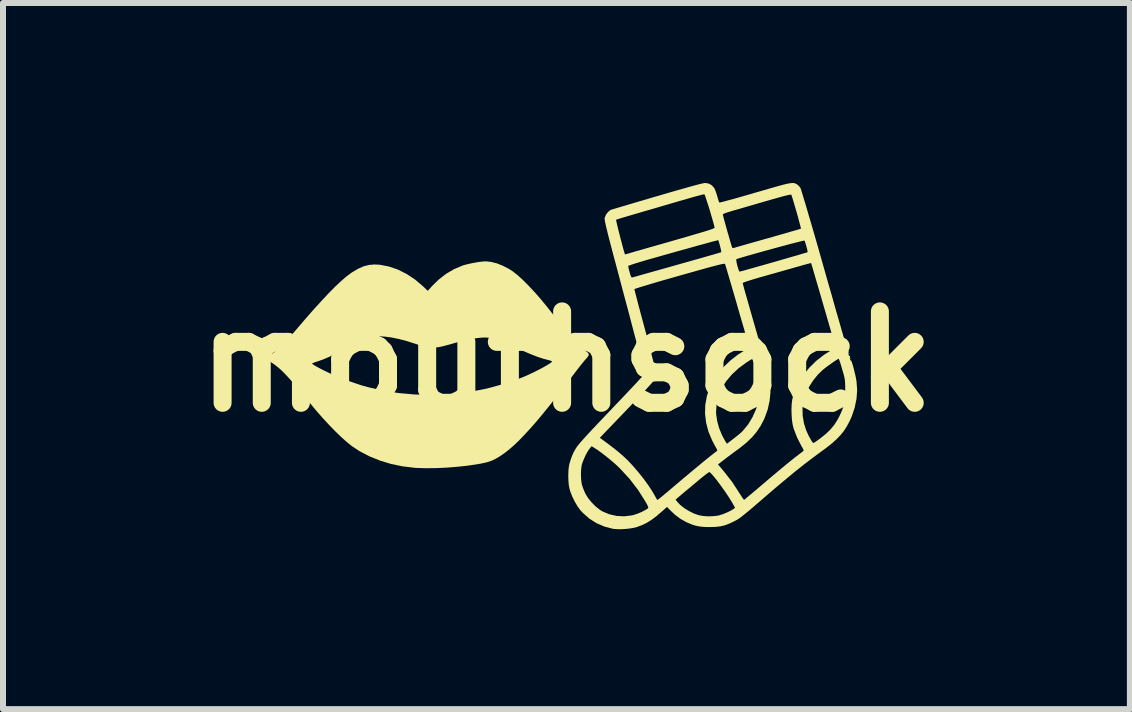
<source format=kicad_pcb>
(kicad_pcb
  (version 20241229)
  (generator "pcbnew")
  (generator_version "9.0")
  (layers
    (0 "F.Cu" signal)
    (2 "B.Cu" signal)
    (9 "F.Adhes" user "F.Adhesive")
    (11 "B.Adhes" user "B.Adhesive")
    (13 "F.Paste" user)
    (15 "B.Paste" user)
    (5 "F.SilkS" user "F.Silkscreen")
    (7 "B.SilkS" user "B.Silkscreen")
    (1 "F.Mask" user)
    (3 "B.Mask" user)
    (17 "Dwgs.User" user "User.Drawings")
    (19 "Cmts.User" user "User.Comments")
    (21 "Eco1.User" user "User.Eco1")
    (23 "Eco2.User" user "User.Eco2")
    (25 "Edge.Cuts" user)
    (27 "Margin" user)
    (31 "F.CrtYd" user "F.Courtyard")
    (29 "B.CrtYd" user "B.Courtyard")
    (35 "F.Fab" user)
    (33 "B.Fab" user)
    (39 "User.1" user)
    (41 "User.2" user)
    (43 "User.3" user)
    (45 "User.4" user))
  (footprint "mouthsock"
    (layer "F.Cu")
    (at 6.394 2.976)
    (property "Reference" "mouthsock" (at 0 0 0) (layer "F.SilkS") (effects (font (size 1.524 1.524) (thickness 0.3))))
    (attr board_only exclude_from_pos_files exclude_from_bom)
    (fp_poly (pts (xy 4.698 -0.211) (xy 4.692 -0.206) (xy 4.687 -0.211) (xy 4.692 -0.217)) (stroke (width 0) (type solid)) (fill yes) (layer "F.SilkS"))
    (fp_poly (pts (xy 4.721 -0.131) (xy 4.715 -0.126) (xy 4.71 -0.131) (xy 4.715 -0.137)) (stroke (width 0) (type solid)) (fill yes) (layer "F.SilkS"))
    (fp_poly (pts (xy 4.74 -0.053) (xy 4.741 -0.04) (xy 4.74 -0.038) (xy 4.733 -0.04) (xy 4.732 -0.046) (xy 4.737 -0.055)) (stroke (width 0) (type solid)) (fill yes) (layer "F.SilkS"))
    (fp_poly (pts (xy -1.259 -1.66) (xy -1.163 -1.636) (xy -1.064 -1.597) (xy -0.966 -1.547) (xy -0.894 -1.501) (xy -0.818 -1.441) (xy -0.731 -1.363) (xy -0.637 -1.269) (xy -0.537 -1.162) (xy -0.433 -1.044) (xy -0.328 -0.916) (xy -0.286 -0.863) (xy -0.256 -0.825) (xy -0.23 -0.792) (xy -0.213 -0.77) (xy -0.209 -0.766) (xy -0.197 -0.751) (xy -0.175 -0.722) (xy -0.143 -0.682) (xy -0.107 -0.635) (xy -0.089 -0.612) (xy -0.049 -0.561) (xy -0.012 -0.514) (xy 0.019 -0.474) (xy 0.041 -0.447) (xy 0.046 -0.441) (xy 0.109 -0.368) (xy 0.16 -0.311) (xy 0.203 -0.266) (xy 0.24 -0.231) (xy 0.275 -0.203) (xy 0.309 -0.18) (xy 0.317 -0.176) (xy 0.355 -0.148) (xy 0.372 -0.123) (xy 0.367 -0.095) (xy 0.343 -0.062) (xy 0.34 -0.059) (xy 0.32 -0.037) (xy 0.299 -0.013) (xy 0.275 0.017) (xy 0.246 0.052) (xy 0.211 0.097) (xy 0.167 0.153) (xy 0.114 0.223) (xy 0.05 0.307) (xy 0.023 0.343) (xy -0.124 0.534) (xy -0.26 0.707) (xy -0.385 0.862) (xy -0.501 1.001) (xy -0.609 1.124) (xy -0.709 1.232) (xy -0.801 1.327) (xy -0.888 1.409) (xy -0.97 1.479) (xy -1.028 1.524) (xy -1.11 1.581) (xy -1.184 1.625) (xy -1.256 1.658) (xy -1.335 1.683) (xy -1.428 1.703) (xy -1.457 1.708) (xy -1.629 1.735) (xy -1.809 1.755) (xy -1.993 1.77) (xy -2.173 1.778) (xy -2.344 1.78) (xy -2.501 1.775) (xy -2.532 1.773) (xy -2.73 1.749) (xy -2.925 1.709) (xy -3.111 1.652) (xy -3.287 1.581) (xy -3.449 1.496) (xy -3.578 1.411) (xy -3.658 1.347) (xy -3.749 1.266) (xy -3.847 1.172) (xy -3.951 1.065) (xy -4.058 0.95) (xy -4.165 0.828) (xy -4.269 0.703) (xy -4.368 0.582) (xy -4.455 0.477) (xy -4.531 0.387) (xy -4.598 0.31) (xy -4.657 0.245) (xy -4.71 0.189) (xy -4.758 0.142) (xy -4.804 0.102) (xy -4.848 0.067) (xy -4.892 0.035) (xy -4.892 0.035) (xy -4.241 0.035) (xy -4.231 0.046) (xy -4.202 0.065) (xy -4.157 0.091) (xy -4.099 0.122) (xy -4.029 0.157) (xy -3.95 0.195) (xy -3.864 0.234) (xy -3.818 0.255) (xy -3.786 0.268) (xy -3.739 0.286) (xy -3.68 0.307) (xy -3.616 0.331) (xy -3.551 0.353) (xy -3.49 0.374) (xy -3.439 0.391) (xy -3.403 0.403) (xy -3.395 0.405) (xy -3.37 0.411) (xy -3.331 0.422) (xy -3.286 0.434) (xy -3.281 0.435) (xy -3.045 0.489) (xy -2.795 0.527) (xy -2.538 0.55) (xy -2.277 0.558) (xy -2.017 0.549) (xy -1.999 0.548) (xy -1.877 0.537) (xy -1.749 0.523) (xy -1.609 0.503) (xy -1.469 0.48) (xy -1.367 0.46) (xy -1.251 0.432) (xy -1.126 0.397) (xy -0.999 0.359) (xy -0.877 0.319) (xy -0.765 0.277) (xy -0.743 0.269) (xy -0.677 0.241) (xy -0.607 0.209) (xy -0.535 0.175) (xy -0.465 0.139) (xy -0.399 0.105) (xy -0.341 0.072) (xy -0.293 0.044) (xy -0.259 0.021) (xy -0.242 0.005) (xy -0.24 0.001) (xy -0.25 -0.007) (xy -0.276 -0.017) (xy -0.297 -0.022) (xy -0.381 -0.044) (xy -0.48 -0.076) (xy -0.588 -0.118) (xy -0.702 -0.166) (xy -0.741 -0.184) (xy -0.783 -0.204) (xy -0.817 -0.219) (xy -0.837 -0.227) (xy -0.84 -0.229) (xy -0.852 -0.233) (xy -0.879 -0.245) (xy -0.916 -0.262) (xy -0.933 -0.27) (xy -1.036 -0.315) (xy -1.124 -0.35) (xy -1.2 -0.375) (xy -1.27 -0.391) (xy -1.337 -0.399) (xy -1.406 -0.398) (xy -1.481 -0.391) (xy -1.562 -0.378) (xy -1.606 -0.37) (xy -1.644 -0.363) (xy -1.679 -0.356) (xy -1.717 -0.347) (xy -1.76 -0.336) (xy -1.813 -0.322) (xy -1.879 -0.303) (xy -1.963 -0.279) (xy -1.978 -0.275) (xy -2.062 -0.253) (xy -2.134 -0.238) (xy -2.199 -0.231) (xy -2.262 -0.232) (xy -2.329 -0.241) (xy -2.403 -0.259) (xy -2.49 -0.285) (xy -2.555 -0.306) (xy -2.679 -0.345) (xy -2.801 -0.376) (xy -2.919 -0.4) (xy -3.027 -0.414) (xy -3.122 -0.42) (xy -3.183 -0.418) (xy -3.229 -0.412) (xy -3.273 -0.403) (xy -3.319 -0.39) (xy -3.369 -0.371) (xy -3.427 -0.346) (xy -3.496 -0.312) (xy -3.578 -0.27) (xy -3.677 -0.217) (xy -3.681 -0.215) (xy -3.822 -0.141) (xy -3.946 -0.081) (xy -4.053 -0.035) (xy -4.143 -0.003) (xy -4.152 0.00009) (xy -4.193 0.013) (xy -4.224 0.025) (xy -4.24 0.033) (xy -4.241 0.035) (xy -4.892 0.035) (xy -4.938 0.005) (xy -4.953 -0.005) (xy -4.979 -0.029) (xy -4.982 -0.057) (xy -4.965 -0.086) (xy -4.935 -0.108) (xy -4.902 -0.129) (xy -4.863 -0.158) (xy -4.836 -0.18) (xy -4.811 -0.204) (xy -4.773 -0.241) (xy -4.728 -0.288) (xy -4.677 -0.341) (xy -4.626 -0.396) (xy -4.577 -0.45) (xy -4.533 -0.498) (xy -4.504 -0.532) (xy -4.351 -0.711) (xy -4.21 -0.872) (xy -4.08 -1.014) (xy -3.963 -1.139) (xy -3.857 -1.246) (xy -3.761 -1.337) (xy -3.676 -1.411) (xy -3.6 -1.468) (xy -3.579 -1.483) (xy -3.478 -1.543) (xy -3.385 -1.585) (xy -3.293 -1.609) (xy -3.2 -1.617) (xy -3.109 -1.612) (xy -2.958 -1.582) (xy -2.809 -1.531) (xy -2.664 -1.458) (xy -2.525 -1.366) (xy -2.394 -1.255) (xy -2.388 -1.249) (xy -2.312 -1.177) (xy -2.24 -1.258) (xy -2.131 -1.365) (xy -2.008 -1.46) (xy -1.876 -1.538) (xy -1.739 -1.596) (xy -1.727 -1.601) (xy -1.669 -1.617) (xy -1.599 -1.633) (xy -1.523 -1.648) (xy -1.45 -1.66) (xy -1.385 -1.667) (xy -1.345 -1.669)) (stroke (width 0) (type solid)) (fill yes) (layer "F.SilkS"))
    (fp_poly (pts (xy 2.371 -2.966) (xy 2.423 -2.937) (xy 2.463 -2.891) (xy 2.469 -2.88) (xy 2.483 -2.848) (xy 2.499 -2.802) (xy 2.514 -2.753) (xy 2.516 -2.747) (xy 2.528 -2.704) (xy 2.539 -2.67) (xy 2.547 -2.651) (xy 2.548 -2.649) (xy 2.56 -2.651) (xy 2.592 -2.658) (xy 2.642 -2.671) (xy 2.708 -2.689) (xy 2.787 -2.71) (xy 2.878 -2.736) (xy 2.979 -2.765) (xy 3.088 -2.796) (xy 3.144 -2.813) (xy 3.277 -2.851) (xy 3.39 -2.884) (xy 3.484 -2.911) (xy 3.563 -2.933) (xy 3.627 -2.95) (xy 3.678 -2.962) (xy 3.719 -2.97) (xy 3.751 -2.974) (xy 3.776 -2.975) (xy 3.796 -2.973) (xy 3.813 -2.968) (xy 3.828 -2.96) (xy 3.845 -2.951) (xy 3.873 -2.928) (xy 3.898 -2.897) (xy 3.899 -2.896) (xy 3.905 -2.881) (xy 3.917 -2.844) (xy 3.934 -2.789) (xy 3.956 -2.716) (xy 3.983 -2.628) (xy 4.013 -2.525) (xy 4.047 -2.408) (xy 4.085 -2.281) (xy 4.125 -2.143) (xy 4.167 -1.997) (xy 4.211 -1.844) (xy 4.248 -1.713) (xy 4.294 -1.551) (xy 4.339 -1.392) (xy 4.383 -1.238) (xy 4.426 -1.09) (xy 4.465 -0.95) (xy 4.502 -0.82) (xy 4.536 -0.703) (xy 4.566 -0.598) (xy 4.591 -0.51) (xy 4.612 -0.438) (xy 4.627 -0.386) (xy 4.633 -0.363) (xy 4.656 -0.285) (xy 4.675 -0.227) (xy 4.689 -0.19) (xy 4.698 -0.174) (xy 4.701 -0.174) (xy 4.707 -0.178) (xy 4.704 -0.164) (xy 4.701 -0.138) (xy 4.704 -0.113) (xy 4.71 -0.094) (xy 4.719 -0.089) (xy 4.723 -0.093) (xy 4.73 -0.099) (xy 4.727 -0.084) (xy 4.727 -0.083) (xy 4.724 -0.058) (xy 4.727 -0.033) (xy 4.735 -0.017) (xy 4.742 -0.016) (xy 4.749 -0.008) (xy 4.759 0.018) (xy 4.772 0.058) (xy 4.786 0.108) (xy 4.8 0.164) (xy 4.814 0.221) (xy 4.826 0.276) (xy 4.834 0.324) (xy 4.836 0.337) (xy 4.846 0.479) (xy 4.835 0.625) (xy 4.804 0.774) (xy 4.755 0.919) (xy 4.715 1.006) (xy 4.671 1.087) (xy 4.623 1.161) (xy 4.567 1.23) (xy 4.501 1.298) (xy 4.423 1.368) (xy 4.329 1.442) (xy 4.248 1.501) (xy 4.113 1.601) (xy 3.971 1.709) (xy 3.821 1.828) (xy 3.661 1.96) (xy 3.488 2.105) (xy 3.362 2.213) (xy 3.26 2.301) (xy 3.174 2.375) (xy 3.102 2.437) (xy 3.042 2.488) (xy 2.992 2.529) (xy 2.951 2.562) (xy 2.918 2.589) (xy 2.889 2.609) (xy 2.865 2.626) (xy 2.843 2.64) (xy 2.82 2.652) (xy 2.802 2.662) (xy 2.718 2.702) (xy 2.642 2.731) (xy 2.567 2.749) (xy 2.486 2.758) (xy 2.389 2.761) (xy 2.389 2.761) (xy 2.297 2.759) (xy 2.221 2.752) (xy 2.153 2.738) (xy 2.087 2.717) (xy 2.014 2.686) (xy 2 2.68) (xy 1.899 2.623) (xy 1.807 2.554) (xy 1.737 2.488) (xy 1.676 2.425) (xy 1.597 2.496) (xy 1.504 2.576) (xy 1.42 2.639) (xy 1.341 2.689) (xy 1.262 2.728) (xy 1.18 2.758) (xy 1.152 2.767) (xy 1.093 2.779) (xy 1.02 2.789) (xy 0.943 2.795) (xy 0.868 2.797) (xy 0.803 2.793) (xy 0.775 2.79) (xy 0.633 2.753) (xy 0.501 2.696) (xy 0.381 2.62) (xy 0.274 2.526) (xy 0.226 2.474) (xy 0.181 2.41) (xy 0.136 2.333) (xy 0.095 2.249) (xy 0.063 2.167) (xy 0.05 2.12) (xy 0.038 2.056) (xy 0.032 1.978) (xy 0.03 1.895) (xy 0.031 1.88) (xy 0.241 1.88) (xy 0.244 1.959) (xy 0.252 2.029) (xy 0.257 2.052) (xy 0.271 2.097) (xy 0.292 2.151) (xy 0.315 2.203) (xy 0.316 2.206) (xy 0.36 2.277) (xy 0.419 2.35) (xy 0.487 2.418) (xy 0.558 2.474) (xy 0.602 2.501) (xy 0.715 2.548) (xy 0.835 2.575) (xy 0.959 2.582) (xy 1.081 2.568) (xy 1.113 2.561) (xy 1.182 2.539) (xy 1.252 2.51) (xy 1.315 2.477) (xy 1.353 2.453) (xy 1.361 2.444) (xy 1.364 2.433) (xy 1.359 2.416) (xy 1.345 2.388) (xy 1.321 2.344) (xy 1.32 2.342) (xy 1.195 2.144) (xy 1.051 1.956) (xy 0.886 1.778) (xy 0.883 1.775) (xy 0.821 1.717) (xy 0.749 1.654) (xy 0.672 1.591) (xy 0.596 1.532) (xy 0.525 1.48) (xy 0.465 1.441) (xy 0.464 1.44) (xy 0.419 1.413) (xy 0.386 1.453) (xy 0.358 1.492) (xy 0.327 1.547) (xy 0.298 1.609) (xy 0.273 1.67) (xy 0.255 1.723) (xy 0.253 1.735) (xy 0.244 1.803) (xy 0.241 1.88) (xy 0.031 1.88) (xy 0.033 1.815) (xy 0.041 1.745) (xy 0.048 1.709) (xy 0.079 1.61) (xy 0.114 1.524) (xy 0.159 1.445) (xy 0.171 1.427) (xy 0.193 1.398) (xy 0.23 1.353) (xy 0.284 1.292) (xy 0.301 1.273) (xy 0.556 1.273) (xy 0.584 1.293) (xy 0.698 1.377) (xy 0.796 1.452) (xy 0.881 1.521) (xy 0.955 1.586) (xy 1.023 1.651) (xy 1.086 1.717) (xy 1.123 1.758) (xy 1.208 1.858) (xy 1.289 1.96) (xy 1.362 2.061) (xy 1.425 2.156) (xy 1.475 2.241) (xy 1.485 2.261) (xy 1.501 2.289) (xy 1.514 2.306) (xy 1.518 2.309) (xy 1.526 2.303) (xy 1.819 2.303) (xy 1.845 2.338) (xy 1.895 2.391) (xy 1.962 2.444) (xy 2.039 2.492) (xy 2.12 2.533) (xy 2.198 2.561) (xy 2.214 2.565) (xy 2.283 2.577) (xy 2.362 2.582) (xy 2.442 2.58) (xy 2.515 2.572) (xy 2.544 2.566) (xy 2.615 2.543) (xy 2.687 2.513) (xy 2.751 2.481) (xy 2.774 2.466) (xy 2.811 2.441) (xy 2.77 2.366) (xy 2.737 2.311) (xy 2.697 2.248) (xy 2.653 2.182) (xy 2.605 2.114) (xy 2.557 2.048) (xy 2.511 1.986) (xy 2.468 1.932) (xy 2.431 1.889) (xy 2.402 1.858) (xy 2.383 1.844) (xy 2.383 1.844) (xy 2.372 1.849) (xy 2.347 1.865) (xy 2.309 1.895) (xy 2.255 1.937) (xy 2.187 1.994) (xy 2.103 2.064) (xy 2.002 2.148) (xy 1.94 2.2) (xy 1.819 2.303) (xy 1.526 2.303) (xy 1.528 2.302) (xy 1.554 2.281) (xy 1.593 2.25) (xy 1.643 2.208) (xy 1.702 2.158) (xy 1.769 2.102) (xy 1.829 2.051) (xy 1.917 1.976) (xy 2.007 1.901) (xy 2.095 1.827) (xy 2.181 1.756) (xy 2.228 1.717) (xy 2.526 1.717) (xy 2.611 1.816) (xy 2.762 2.009) (xy 2.889 2.204) (xy 2.916 2.246) (xy 2.938 2.28) (xy 2.955 2.302) (xy 2.961 2.307) (xy 2.972 2.299) (xy 2.998 2.278) (xy 3.037 2.245) (xy 3.088 2.203) (xy 3.148 2.152) (xy 3.215 2.095) (xy 3.288 2.033) (xy 3.292 2.03) (xy 3.422 1.919) (xy 3.541 1.82) (xy 3.646 1.732) (xy 3.738 1.657) (xy 3.815 1.596) (xy 3.876 1.549) (xy 3.912 1.522) (xy 3.938 1.502) (xy 3.953 1.486) (xy 3.955 1.482) (xy 3.95 1.469) (xy 3.935 1.441) (xy 3.915 1.405) (xy 3.91 1.396) (xy 3.845 1.269) (xy 3.79 1.126) (xy 3.781 1.097) (xy 3.768 1.038) (xy 3.758 0.963) (xy 3.753 0.879) (xy 3.751 0.794) (xy 3.752 0.779) (xy 3.935 0.779) (xy 3.938 0.906) (xy 3.959 1.032) (xy 3.996 1.147) (xy 4.017 1.194) (xy 4.04 1.243) (xy 4.065 1.288) (xy 4.087 1.326) (xy 4.105 1.351) (xy 4.116 1.36) (xy 4.129 1.354) (xy 4.157 1.336) (xy 4.194 1.31) (xy 4.233 1.281) (xy 4.324 1.208) (xy 4.397 1.138) (xy 4.459 1.065) (xy 4.512 0.984) (xy 4.55 0.913) (xy 4.587 0.833) (xy 4.614 0.761) (xy 4.632 0.688) (xy 4.642 0.609) (xy 4.646 0.517) (xy 4.647 0.474) (xy 4.647 0.409) (xy 4.645 0.359) (xy 4.642 0.317) (xy 4.636 0.278) (xy 4.626 0.234) (xy 4.611 0.18) (xy 4.596 0.129) (xy 4.579 0.069) (xy 4.563 0.019) (xy 4.55 -0.019) (xy 4.541 -0.042) (xy 4.538 -0.046) (xy 4.525 -0.039) (xy 4.497 -0.022) (xy 4.459 0.003) (xy 4.415 0.034) (xy 4.369 0.067) (xy 4.325 0.099) (xy 4.288 0.128) (xy 4.269 0.144) (xy 4.189 0.222) (xy 4.115 0.314) (xy 4.05 0.414) (xy 3.997 0.516) (xy 3.96 0.616) (xy 3.95 0.657) (xy 3.935 0.779) (xy 3.752 0.779) (xy 3.754 0.714) (xy 3.762 0.648) (xy 3.764 0.634) (xy 3.805 0.495) (xy 3.868 0.358) (xy 3.949 0.227) (xy 4.049 0.104) (xy 4.164 -0.01) (xy 4.294 -0.111) (xy 4.418 -0.189) (xy 4.454 -0.211) (xy 4.478 -0.23) (xy 4.486 -0.243) (xy 4.486 -0.244) (xy 4.482 -0.257) (xy 4.472 -0.29) (xy 4.457 -0.341) (xy 4.438 -0.409) (xy 4.414 -0.491) (xy 4.386 -0.585) (xy 4.356 -0.69) (xy 4.323 -0.804) (xy 4.288 -0.924) (xy 4.281 -0.948) (xy 4.246 -1.069) (xy 4.213 -1.183) (xy 4.182 -1.289) (xy 4.154 -1.384) (xy 4.13 -1.467) (xy 4.11 -1.536) (xy 4.094 -1.589) (xy 4.083 -1.625) (xy 4.079 -1.64) (xy 4.078 -1.641) (xy 4.067 -1.638) (xy 4.037 -1.631) (xy 3.993 -1.619) (xy 3.937 -1.604) (xy 3.887 -1.589) (xy 3.828 -1.573) (xy 3.752 -1.551) (xy 3.663 -1.526) (xy 3.565 -1.498) (xy 3.463 -1.469) (xy 3.361 -1.441) (xy 3.318 -1.428) (xy 3.203 -1.396) (xy 3.109 -1.368) (xy 3.036 -1.345) (xy 2.984 -1.328) (xy 2.951 -1.315) (xy 2.938 -1.307) (xy 2.938 -1.306) (xy 2.941 -1.292) (xy 2.95 -1.259) (xy 2.964 -1.207) (xy 2.983 -1.139) (xy 3.007 -1.056) (xy 3.034 -0.961) (xy 3.064 -0.855) (xy 3.097 -0.74) (xy 3.132 -0.618) (xy 3.148 -0.562) (xy 3.192 -0.41) (xy 3.23 -0.279) (xy 3.263 -0.166) (xy 3.291 -0.07) (xy 3.314 0.011) (xy 3.333 0.078) (xy 3.348 0.133) (xy 3.36 0.177) (xy 3.37 0.213) (xy 3.377 0.243) (xy 3.382 0.266) (xy 3.386 0.287) (xy 3.388 0.305) (xy 3.39 0.323) (xy 3.393 0.343) (xy 3.395 0.365) (xy 3.395 0.369) (xy 3.401 0.513) (xy 3.386 0.661) (xy 3.353 0.807) (xy 3.302 0.946) (xy 3.294 0.965) (xy 3.236 1.075) (xy 3.17 1.174) (xy 3.093 1.265) (xy 3 1.354) (xy 2.89 1.443) (xy 2.858 1.466) (xy 2.798 1.51) (xy 2.736 1.556) (xy 2.677 1.6) (xy 2.629 1.637) (xy 2.621 1.643) (xy 2.526 1.717) (xy 2.228 1.717) (xy 2.261 1.689) (xy 2.334 1.63) (xy 2.397 1.579) (xy 2.448 1.539) (xy 2.485 1.511) (xy 2.495 1.504) (xy 2.511 1.491) (xy 2.514 1.479) (xy 2.505 1.459) (xy 2.499 1.449) (xy 2.484 1.422) (xy 2.462 1.381) (xy 2.438 1.335) (xy 2.428 1.315) (xy 2.367 1.17) (xy 2.328 1.022) (xy 2.31 0.872) (xy 2.311 0.838) (xy 2.494 0.838) (xy 2.495 0.874) (xy 2.512 0.991) (xy 2.545 1.112) (xy 2.593 1.229) (xy 2.644 1.323) (xy 2.675 1.372) (xy 2.786 1.287) (xy 2.834 1.249) (xy 2.88 1.212) (xy 2.918 1.179) (xy 2.939 1.158) (xy 3.028 1.05) (xy 3.103 0.926) (xy 3.161 0.795) (xy 3.181 0.735) (xy 3.191 0.696) (xy 3.198 0.659) (xy 3.203 0.618) (xy 3.205 0.568) (xy 3.206 0.504) (xy 3.206 0.469) (xy 3.205 0.4) (xy 3.204 0.348) (xy 3.2 0.305) (xy 3.194 0.265) (xy 3.184 0.222) (xy 3.168 0.167) (xy 3.156 0.126) (xy 3.139 0.068) (xy 3.124 0.018) (xy 3.112 -0.019) (xy 3.105 -0.04) (xy 3.104 -0.044) (xy 3.093 -0.04) (xy 3.067 -0.025) (xy 3.032 -0.003) (xy 3.004 0.014) (xy 2.87 0.113) (xy 2.755 0.22) (xy 2.66 0.333) (xy 2.587 0.453) (xy 2.534 0.577) (xy 2.503 0.706) (xy 2.494 0.838) (xy 2.311 0.838) (xy 2.314 0.723) (xy 2.341 0.576) (xy 2.383 0.448) (xy 2.443 0.327) (xy 2.523 0.207) (xy 2.62 0.092) (xy 2.732 -0.015) (xy 2.854 -0.111) (xy 2.978 -0.189) (xy 3.051 -0.23) (xy 3.035 -0.283) (xy 3.029 -0.304) (xy 3.017 -0.345) (xy 3 -0.403) (xy 2.979 -0.477) (xy 2.954 -0.564) (xy 2.925 -0.662) (xy 2.894 -0.769) (xy 2.861 -0.883) (xy 2.836 -0.972) (xy 2.802 -1.088) (xy 2.77 -1.198) (xy 2.74 -1.3) (xy 2.713 -1.392) (xy 2.69 -1.471) (xy 2.671 -1.536) (xy 2.656 -1.585) (xy 2.647 -1.615) (xy 2.643 -1.624) (xy 2.64 -1.627) (xy 2.63 -1.628) (xy 2.615 -1.627) (xy 2.591 -1.623) (xy 2.557 -1.615) (xy 2.512 -1.604) (xy 2.454 -1.589) (xy 2.383 -1.57) (xy 2.296 -1.546) (xy 2.191 -1.517) (xy 2.068 -1.482) (xy 1.925 -1.442) (xy 1.883 -1.43) (xy 1.757 -1.394) (xy 1.637 -1.36) (xy 1.526 -1.328) (xy 1.425 -1.298) (xy 1.336 -1.271) (xy 1.261 -1.249) (xy 1.201 -1.23) (xy 1.159 -1.216) (xy 1.136 -1.208) (xy 1.132 -1.206) (xy 1.135 -1.193) (xy 1.143 -1.16) (xy 1.156 -1.109) (xy 1.174 -1.041) (xy 1.195 -0.959) (xy 1.22 -0.865) (xy 1.248 -0.76) (xy 1.279 -0.646) (xy 1.311 -0.526) (xy 1.315 -0.512) (xy 1.347 -0.39) (xy 1.378 -0.273) (xy 1.406 -0.165) (xy 1.431 -0.066) (xy 1.453 0.021) (xy 1.472 0.094) (xy 1.485 0.152) (xy 1.494 0.191) (xy 1.497 0.211) (xy 1.497 0.212) (xy 1.493 0.252) (xy 1.482 0.289) (xy 1.471 0.304) (xy 1.446 0.334) (xy 1.408 0.376) (xy 1.358 0.431) (xy 1.299 0.495) (xy 1.23 0.568) (xy 1.155 0.648) (xy 1.074 0.733) (xy 1.011 0.799) (xy 0.556 1.273) (xy 0.301 1.273) (xy 0.353 1.216) (xy 0.438 1.125) (xy 0.538 1.019) (xy 0.653 0.898) (xy 0.762 0.784) (xy 0.852 0.689) (xy 0.938 0.599) (xy 1.018 0.514) (xy 1.091 0.437) (xy 1.155 0.369) (xy 1.209 0.31) (xy 1.252 0.263) (xy 1.282 0.229) (xy 1.298 0.21) (xy 1.301 0.206) (xy 1.298 0.192) (xy 1.29 0.158) (xy 1.277 0.105) (xy 1.259 0.034) (xy 1.237 -0.054) (xy 1.21 -0.156) (xy 1.18 -0.273) (xy 1.146 -0.401) (xy 1.109 -0.541) (xy 1.07 -0.69) (xy 1.029 -0.847) (xy 0.985 -1.01) (xy 0.965 -1.085) (xy 0.913 -1.281) (xy 0.867 -1.455) (xy 0.831 -1.59) (xy 1.029 -1.59) (xy 1.032 -1.572) (xy 1.039 -1.539) (xy 1.05 -1.496) (xy 1.054 -1.484) (xy 1.067 -1.438) (xy 1.078 -1.411) (xy 1.088 -1.4) (xy 1.096 -1.4) (xy 1.11 -1.404) (xy 1.144 -1.413) (xy 1.197 -1.428) (xy 1.265 -1.448) (xy 1.348 -1.471) (xy 1.444 -1.498) (xy 1.551 -1.528) (xy 1.667 -1.561) (xy 1.789 -1.595) (xy 1.844 -1.611) (xy 1.969 -1.646) (xy 2.087 -1.679) (xy 2.124 -1.69) (xy 2.83 -1.69) (xy 2.834 -1.66) (xy 2.842 -1.622) (xy 2.853 -1.58) (xy 2.865 -1.542) (xy 2.876 -1.512) (xy 2.885 -1.498) (xy 2.886 -1.497) (xy 2.899 -1.501) (xy 2.932 -1.509) (xy 2.983 -1.523) (xy 3.049 -1.542) (xy 3.128 -1.564) (xy 3.219 -1.59) (xy 3.32 -1.618) (xy 3.427 -1.649) (xy 3.457 -1.657) (xy 3.565 -1.688) (xy 3.667 -1.718) (xy 3.76 -1.745) (xy 3.842 -1.768) (xy 3.911 -1.789) (xy 3.965 -1.805) (xy 4.002 -1.816) (xy 4.019 -1.821) (xy 4.02 -1.822) (xy 4.02 -1.835) (xy 4.014 -1.863) (xy 4.005 -1.9) (xy 3.994 -1.94) (xy 3.982 -1.977) (xy 3.973 -2.005) (xy 3.967 -2.015) (xy 3.955 -2.014) (xy 3.924 -2.007) (xy 3.875 -1.995) (xy 3.812 -1.979) (xy 3.737 -1.96) (xy 3.653 -1.937) (xy 3.562 -1.913) (xy 3.467 -1.887) (xy 3.37 -1.86) (xy 3.274 -1.834) (xy 3.181 -1.808) (xy 3.094 -1.783) (xy 3.015 -1.761) (xy 2.947 -1.741) (xy 2.892 -1.725) (xy 2.854 -1.713) (xy 2.834 -1.705) (xy 2.831 -1.704) (xy 2.83 -1.69) (xy 2.124 -1.69) (xy 2.197 -1.71) (xy 2.297 -1.739) (xy 2.384 -1.764) (xy 2.458 -1.785) (xy 2.516 -1.802) (xy 2.557 -1.814) (xy 2.578 -1.821) (xy 2.58 -1.822) (xy 2.58 -1.834) (xy 2.575 -1.863) (xy 2.566 -1.9) (xy 2.556 -1.941) (xy 2.545 -1.979) (xy 2.536 -2.008) (xy 2.53 -2.022) (xy 2.519 -2.02) (xy 2.488 -2.012) (xy 2.438 -1.999) (xy 2.371 -1.981) (xy 2.29 -1.958) (xy 2.195 -1.933) (xy 2.09 -1.903) (xy 1.975 -1.871) (xy 1.852 -1.837) (xy 1.778 -1.816) (xy 1.615 -1.77) (xy 1.474 -1.73) (xy 1.353 -1.696) (xy 1.253 -1.666) (xy 1.172 -1.642) (xy 1.11 -1.622) (xy 1.066 -1.607) (xy 1.039 -1.597) (xy 1.029 -1.591) (xy 1.029 -1.59) (xy 0.831 -1.59) (xy 0.826 -1.609) (xy 0.789 -1.746) (xy 0.758 -1.865) (xy 0.731 -1.968) (xy 0.708 -2.056) (xy 0.689 -2.131) (xy 0.674 -2.193) (xy 0.661 -2.245) (xy 0.652 -2.287) (xy 0.645 -2.32) (xy 0.64 -2.345) (xy 0.638 -2.363) (xy 0.827 -2.363) (xy 0.828 -2.351) (xy 0.835 -2.319) (xy 0.846 -2.272) (xy 0.86 -2.212) (xy 0.878 -2.143) (xy 0.891 -2.09) (xy 0.915 -1.999) (xy 0.934 -1.928) (xy 0.948 -1.874) (xy 0.959 -1.836) (xy 0.967 -1.81) (xy 0.972 -1.794) (xy 0.976 -1.786) (xy 0.98 -1.784) (xy 0.983 -1.785) (xy 0.987 -1.787) (xy 1 -1.791) (xy 1.033 -1.8) (xy 1.085 -1.815) (xy 1.152 -1.835) (xy 1.235 -1.858) (xy 1.33 -1.886) (xy 1.436 -1.916) (xy 1.552 -1.949) (xy 1.674 -1.984) (xy 1.735 -2.001) (xy 1.887 -2.045) (xy 2.019 -2.083) (xy 2.131 -2.116) (xy 2.224 -2.143) (xy 2.301 -2.166) (xy 2.361 -2.185) (xy 2.407 -2.2) (xy 2.439 -2.212) (xy 2.459 -2.221) (xy 2.468 -2.227) (xy 2.469 -2.229) (xy 2.466 -2.248) (xy 2.457 -2.284) (xy 2.443 -2.334) (xy 2.426 -2.393) (xy 2.41 -2.449) (xy 2.606 -2.449) (xy 2.609 -2.435) (xy 2.618 -2.403) (xy 2.63 -2.356) (xy 2.646 -2.299) (xy 2.664 -2.234) (xy 2.683 -2.166) (xy 2.703 -2.099) (xy 2.721 -2.035) (xy 2.737 -1.978) (xy 2.751 -1.934) (xy 2.76 -1.904) (xy 2.761 -1.899) (xy 2.774 -1.889) (xy 2.782 -1.89) (xy 2.796 -1.894) (xy 2.829 -1.904) (xy 2.881 -1.919) (xy 2.948 -1.938) (xy 3.028 -1.961) (xy 3.119 -1.987) (xy 3.22 -2.015) (xy 3.327 -2.046) (xy 3.351 -2.052) (xy 3.459 -2.083) (xy 3.56 -2.112) (xy 3.653 -2.138) (xy 3.734 -2.162) (xy 3.803 -2.182) (xy 3.856 -2.197) (xy 3.892 -2.208) (xy 3.908 -2.213) (xy 3.909 -2.214) (xy 3.907 -2.225) (xy 3.9 -2.255) (xy 3.888 -2.3) (xy 3.873 -2.356) (xy 3.856 -2.42) (xy 3.837 -2.487) (xy 3.817 -2.556) (xy 3.798 -2.621) (xy 3.781 -2.679) (xy 3.766 -2.728) (xy 3.755 -2.762) (xy 3.748 -2.779) (xy 3.748 -2.78) (xy 3.739 -2.782) (xy 3.715 -2.778) (xy 3.677 -2.77) (xy 3.621 -2.756) (xy 3.548 -2.736) (xy 3.456 -2.71) (xy 3.343 -2.678) (xy 3.302 -2.666) (xy 3.199 -2.636) (xy 3.099 -2.607) (xy 3.003 -2.579) (xy 2.916 -2.554) (xy 2.841 -2.532) (xy 2.78 -2.515) (xy 2.738 -2.502) (xy 2.735 -2.501) (xy 2.672 -2.482) (xy 2.63 -2.466) (xy 2.609 -2.453) (xy 2.606 -2.449) (xy 2.41 -2.449) (xy 2.407 -2.459) (xy 2.387 -2.527) (xy 2.366 -2.594) (xy 2.346 -2.656) (xy 2.328 -2.71) (xy 2.314 -2.752) (xy 2.304 -2.779) (xy 2.299 -2.787) (xy 2.285 -2.785) (xy 2.252 -2.778) (xy 2.204 -2.765) (xy 2.144 -2.749) (xy 2.076 -2.73) (xy 2.049 -2.722) (xy 1.985 -2.703) (xy 1.903 -2.68) (xy 1.807 -2.652) (xy 1.701 -2.621) (xy 1.588 -2.588) (xy 1.473 -2.554) (xy 1.359 -2.521) (xy 1.322 -2.511) (xy 1.221 -2.481) (xy 1.126 -2.453) (xy 1.041 -2.428) (xy 0.966 -2.406) (xy 0.906 -2.388) (xy 0.861 -2.374) (xy 0.834 -2.365) (xy 0.827 -2.363) (xy 0.638 -2.363) (xy 0.637 -2.365) (xy 0.636 -2.379) (xy 0.637 -2.39) (xy 0.638 -2.398) (xy 0.639 -2.401) (xy 0.66 -2.449) (xy 0.692 -2.491) (xy 0.729 -2.522) (xy 0.742 -2.528) (xy 0.758 -2.533) (xy 0.794 -2.544) (xy 0.848 -2.56) (xy 0.918 -2.581) (xy 1.003 -2.606) (xy 1.1 -2.635) (xy 1.208 -2.667) (xy 1.325 -2.701) (xy 1.448 -2.738) (xy 1.515 -2.757) (xy 1.669 -2.802) (xy 1.809 -2.843) (xy 1.934 -2.878) (xy 2.043 -2.909) (xy 2.135 -2.934) (xy 2.209 -2.954) (xy 2.264 -2.967) (xy 2.299 -2.974) (xy 2.31 -2.976)) (stroke (width 0) (type solid)) (fill yes) (layer "F.SilkS")))
  (gr_rect
    (start -3 -3)
    (end 15.787 8.772)
    (stroke (width 0.1) (type default))
    (fill no)
    (layer "Edge.Cuts")))
</source>
